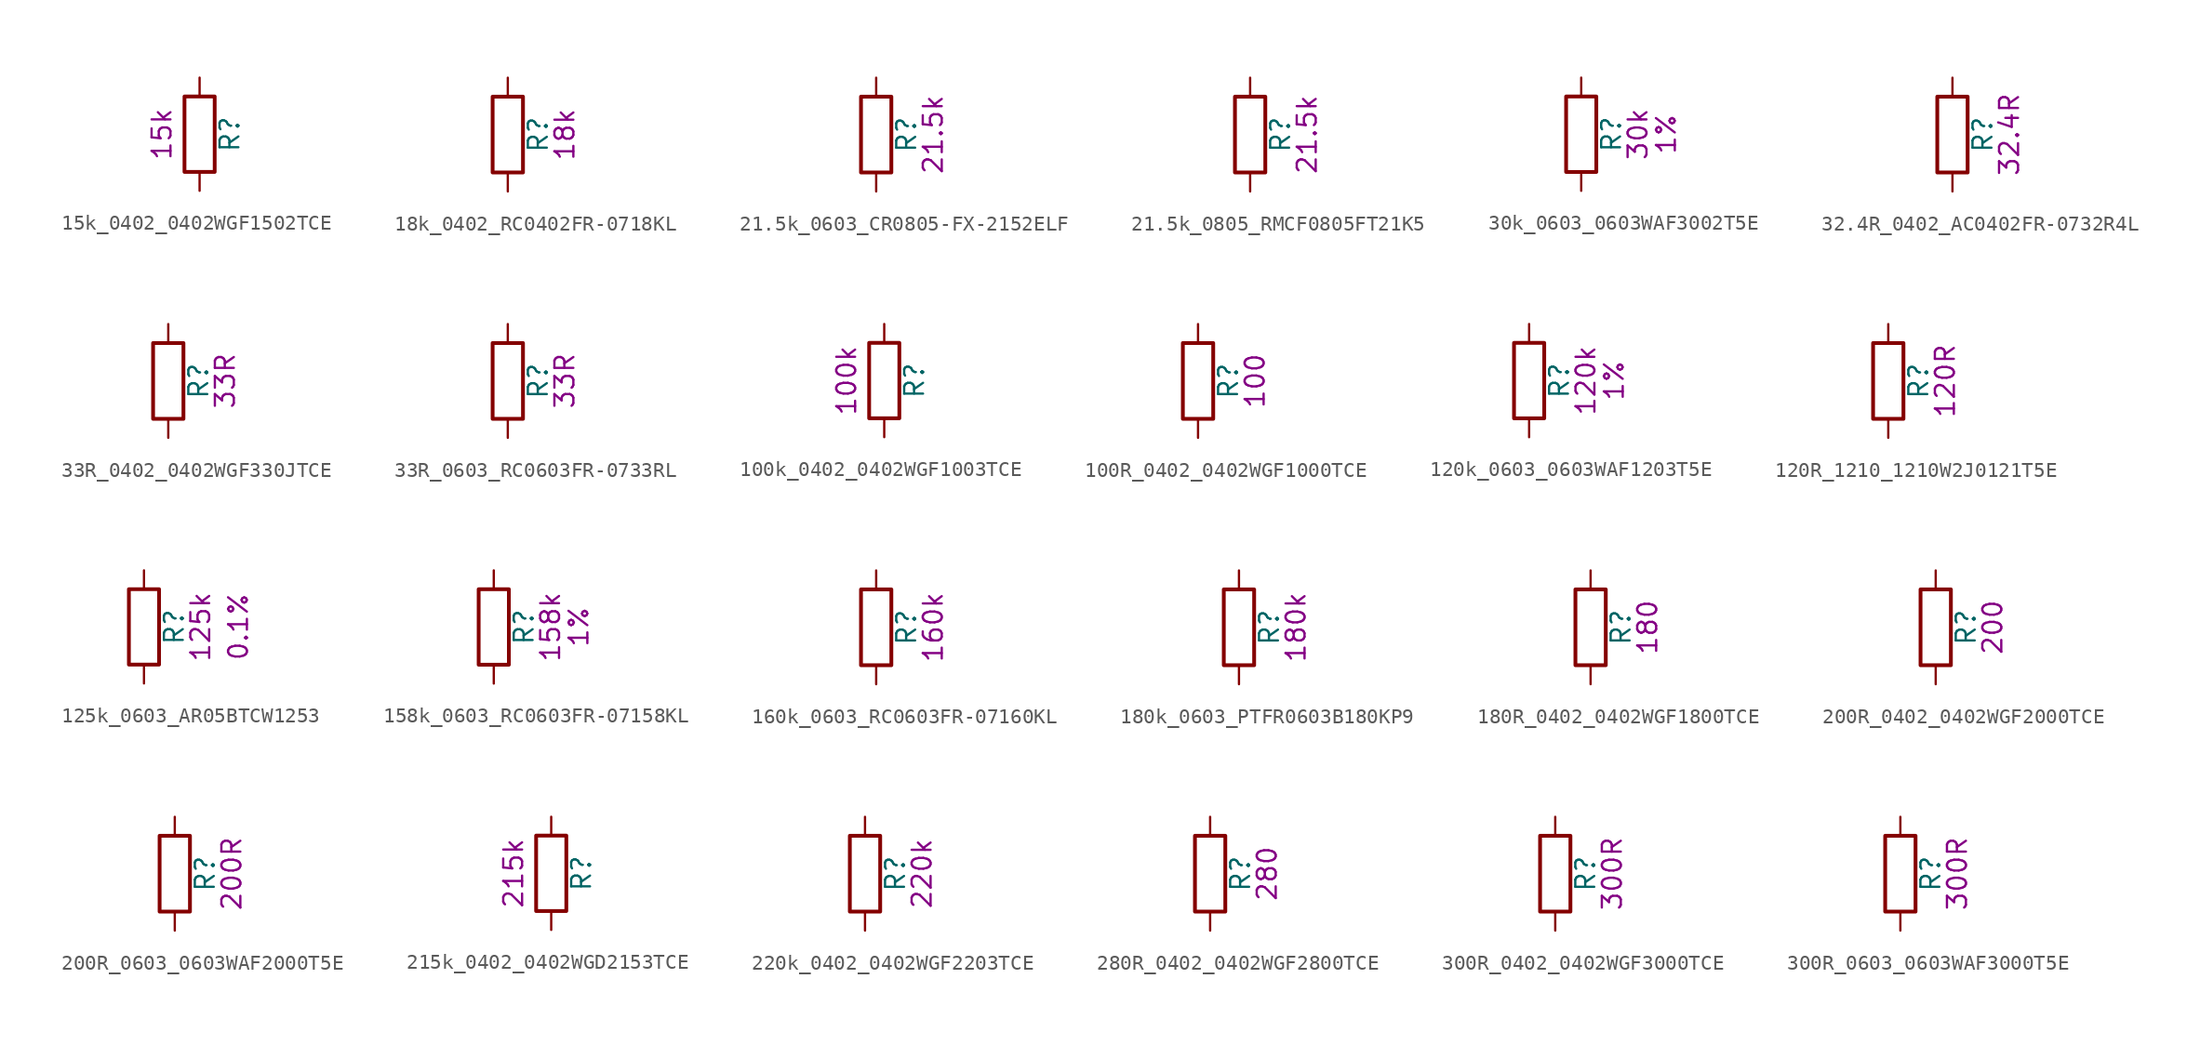
<source format=kicad_sym>
(kicad_symbol_lib
  (version 20231120)
  (generator "kicad_symbol_editor")
  (generator_version "8.0")
  (symbol "15k_0402_0402WGF1502TCE"
    (pin_numbers hide)
    (pin_names
      (offset 0))
    (property "Reference" "R"
      (at 2.032 0 90)
      (effects (font (size 1.27 1.27))))
    (property "UserValue" "15k"
      (at -2.54 0 90)
      (effects (font (size 1.27 1.27))))
    (symbol "15k_0402_0402WGF1502TCE_0_1"
      (rectangle (start -1.016 -2.54) (end 1.016 2.54) (stroke (width 0.254) (type default)) (fill (type none))))
    (symbol "15k_0402_0402WGF1502TCE_1_1"
      (pin passive line (at 0 3.81 270) (length 1.27) (name "~" (effects (font (size 1.27 1.27)))) (number "1" (effects (font (size 1.27 1.27)))))
      (pin passive line (at 0 -3.81 90) (length 1.27) (name "~" (effects (font (size 1.27 1.27)))) (number "2" (effects (font (size 1.27 1.27)))))))
  (symbol "18k_0402_RC0402FR-0718KL"
    (pin_numbers hide)
    (pin_names
      (offset 0))
    (property "Reference" "R"
      (at 2.032 0 90)
      (effects (font (size 1.27 1.27))))
    (property "UserValue" "18k"
      (at 3.81 0 90)
      (effects (font (size 1.27 1.27))))
    (symbol "18k_0402_RC0402FR-0718KL_0_1"
      (rectangle (start -1.016 -2.54) (end 1.016 2.54) (stroke (width 0.254) (type default)) (fill (type none))))
    (symbol "18k_0402_RC0402FR-0718KL_1_1"
      (pin passive line (at 0 3.81 270) (length 1.27) (name "~" (effects (font (size 1.27 1.27)))) (number "1" (effects (font (size 1.27 1.27)))))
      (pin passive line (at 0 -3.81 90) (length 1.27) (name "~" (effects (font (size 1.27 1.27)))) (number "2" (effects (font (size 1.27 1.27)))))))
  (symbol "21.5k_0603_CR0805-FX-2152ELF"
    (pin_numbers hide)
    (pin_names
      (offset 0))
    (property "Reference" "R"
      (at 2.032 0 90)
      (effects (font (size 1.27 1.27))))
    (property "UserValue" "21.5k"
      (at 3.81 0 90)
      (effects (font (size 1.27 1.27))))
    (symbol "21.5k_0603_CR0805-FX-2152ELF_0_1"
      (rectangle (start -1.016 -2.54) (end 1.016 2.54) (stroke (width 0.254) (type default)) (fill (type none))))
    (symbol "21.5k_0603_CR0805-FX-2152ELF_1_1"
      (pin passive line (at 0 3.81 270) (length 1.27) (name "~" (effects (font (size 1.27 1.27)))) (number "1" (effects (font (size 1.27 1.27)))))
      (pin passive line (at 0 -3.81 90) (length 1.27) (name "~" (effects (font (size 1.27 1.27)))) (number "2" (effects (font (size 1.27 1.27)))))))
  (symbol "21.5k_0805_RMCF0805FT21K5"
    (pin_numbers hide)
    (pin_names
      (offset 0))
    (property "Reference" "R"
      (at 2.032 0 90)
      (effects (font (size 1.27 1.27))))
    (property "UserValue" "21.5k"
      (at 3.81 0 90)
      (effects (font (size 1.27 1.27))))
    (symbol "21.5k_0805_RMCF0805FT21K5_0_1"
      (rectangle (start -1.016 -2.54) (end 1.016 2.54) (stroke (width 0.254) (type default)) (fill (type none))))
    (symbol "21.5k_0805_RMCF0805FT21K5_1_1"
      (pin passive line (at 0 3.81 270) (length 1.27) (name "~" (effects (font (size 1.27 1.27)))) (number "1" (effects (font (size 1.27 1.27)))))
      (pin passive line (at 0 -3.81 90) (length 1.27) (name "~" (effects (font (size 1.27 1.27)))) (number "2" (effects (font (size 1.27 1.27)))))))
  (symbol "30k_0603_0603WAF3002T5E"
    (pin_numbers hide)
    (pin_names
      (offset 0))
    (property "Reference" "R"
      (at 2.032 0 90)
      (effects (font (size 1.27 1.27))))
    (property "UserValue" "30k"
      (at 3.81 0 90)
      (effects (font (size 1.27 1.27))))
    (property "Tolerance" "1%"
      (at 5.715 0 90)
      (effects (font (size 1.27 1.27))))
    (symbol "30k_0603_0603WAF3002T5E_0_1"
      (rectangle (start -1.016 -2.54) (end 1.016 2.54) (stroke (width 0.254) (type default)) (fill (type none))))
    (symbol "30k_0603_0603WAF3002T5E_1_1"
      (pin passive line (at 0 3.81 270) (length 1.27) (name "~" (effects (font (size 1.27 1.27)))) (number "1" (effects (font (size 1.27 1.27)))))
      (pin passive line (at 0 -3.81 90) (length 1.27) (name "~" (effects (font (size 1.27 1.27)))) (number "2" (effects (font (size 1.27 1.27)))))))
  (symbol "32.4R_0402_AC0402FR-0732R4L"
    (pin_numbers hide)
    (pin_names
      (offset 0))
    (property "Reference" "R"
      (at 2.032 0 90)
      (effects (font (size 1.27 1.27))))
    (property "UserValue" "32.4R"
      (at 3.81 0 90)
      (effects (font (size 1.27 1.27))))
    (symbol "32.4R_0402_AC0402FR-0732R4L_0_1"
      (rectangle (start -1.016 -2.54) (end 1.016 2.54) (stroke (width 0.254) (type default)) (fill (type none))))
    (symbol "32.4R_0402_AC0402FR-0732R4L_1_1"
      (pin passive line (at 0 3.81 270) (length 1.27) (name "~" (effects (font (size 1.27 1.27)))) (number "1" (effects (font (size 1.27 1.27)))))
      (pin passive line (at 0 -3.81 90) (length 1.27) (name "~" (effects (font (size 1.27 1.27)))) (number "2" (effects (font (size 1.27 1.27)))))))
  (symbol "33R_0402_0402WGF330JTCE"
    (pin_numbers hide)
    (pin_names
      (offset 0))
    (property "Reference" "R"
      (at 2.032 0 90)
      (effects (font (size 1.27 1.27))))
    (property "UserValue" "33R"
      (at 3.81 0 90)
      (effects (font (size 1.27 1.27))))
    (symbol "33R_0402_0402WGF330JTCE_0_1"
      (rectangle (start -1.016 -2.54) (end 1.016 2.54) (stroke (width 0.254) (type default)) (fill (type none))))
    (symbol "33R_0402_0402WGF330JTCE_1_1"
      (pin passive line (at 0 3.81 270) (length 1.27) (name "~" (effects (font (size 1.27 1.27)))) (number "1" (effects (font (size 1.27 1.27)))))
      (pin passive line (at 0 -3.81 90) (length 1.27) (name "~" (effects (font (size 1.27 1.27)))) (number "2" (effects (font (size 1.27 1.27)))))))
  (symbol "33R_0603_RC0603FR-0733RL"
    (pin_numbers hide)
    (pin_names
      (offset 0))
    (property "Reference" "R"
      (at 2.032 0 90)
      (effects (font (size 1.27 1.27))))
    (property "UserValue" "33R"
      (at 3.81 0 90)
      (effects (font (size 1.27 1.27))))
    (symbol "33R_0603_RC0603FR-0733RL_0_1"
      (rectangle (start -1.016 -2.54) (end 1.016 2.54) (stroke (width 0.254) (type default)) (fill (type none))))
    (symbol "33R_0603_RC0603FR-0733RL_1_1"
      (pin passive line (at 0 3.81 270) (length 1.27) (name "~" (effects (font (size 1.27 1.27)))) (number "1" (effects (font (size 1.27 1.27)))))
      (pin passive line (at 0 -3.81 90) (length 1.27) (name "~" (effects (font (size 1.27 1.27)))) (number "2" (effects (font (size 1.27 1.27)))))))
  (symbol "100k_0402_0402WGF1003TCE"
    (pin_numbers hide)
    (pin_names
      (offset 0))
    (property "Reference" "R"
      (at 2.032 0 90)
      (effects (font (size 1.27 1.27))))
    (property "UserValue" "100k"
      (at -2.54 0 90)
      (effects (font (size 1.27 1.27))))
    (symbol "100k_0402_0402WGF1003TCE_0_1"
      (rectangle (start -1.016 -2.54) (end 1.016 2.54) (stroke (width 0.254) (type default)) (fill (type none))))
    (symbol "100k_0402_0402WGF1003TCE_1_1"
      (pin passive line (at 0 3.81 270) (length 1.27) (name "~" (effects (font (size 1.27 1.27)))) (number "1" (effects (font (size 1.27 1.27)))))
      (pin passive line (at 0 -3.81 90) (length 1.27) (name "~" (effects (font (size 1.27 1.27)))) (number "2" (effects (font (size 1.27 1.27)))))))
  (symbol "100R_0402_0402WGF1000TCE"
    (pin_numbers hide)
    (pin_names
      (offset 0))
    (property "Reference" "R"
      (at 2.032 0 90)
      (effects (font (size 1.27 1.27))))
    (property "UserValue" "100"
      (at 3.81 0 90)
      (effects (font (size 1.27 1.27))))
    (symbol "100R_0402_0402WGF1000TCE_0_1"
      (rectangle (start -1.016 -2.54) (end 1.016 2.54) (stroke (width 0.254) (type default)) (fill (type none))))
    (symbol "100R_0402_0402WGF1000TCE_1_1"
      (pin passive line (at 0 3.81 270) (length 1.27) (name "~" (effects (font (size 1.27 1.27)))) (number "1" (effects (font (size 1.27 1.27)))))
      (pin passive line (at 0 -3.81 90) (length 1.27) (name "~" (effects (font (size 1.27 1.27)))) (number "2" (effects (font (size 1.27 1.27)))))))
  (symbol "120k_0603_0603WAF1203T5E"
    (pin_numbers hide)
    (pin_names
      (offset 0))
    (property "Reference" "R"
      (at 2.032 0 90)
      (effects (font (size 1.27 1.27))))
    (property "UserValue" "120k"
      (at 3.81 0 90)
      (effects (font (size 1.27 1.27))))
    (property "Tolerance" "1%"
      (at 5.715 0 90)
      (effects (font (size 1.27 1.27))))
    (symbol "120k_0603_0603WAF1203T5E_0_1"
      (rectangle (start -1.016 -2.54) (end 1.016 2.54) (stroke (width 0.254) (type default)) (fill (type none))))
    (symbol "120k_0603_0603WAF1203T5E_1_1"
      (pin passive line (at 0 3.81 270) (length 1.27) (name "~" (effects (font (size 1.27 1.27)))) (number "1" (effects (font (size 1.27 1.27)))))
      (pin passive line (at 0 -3.81 90) (length 1.27) (name "~" (effects (font (size 1.27 1.27)))) (number "2" (effects (font (size 1.27 1.27)))))))
  (symbol "120R_1210_1210W2J0121T5E"
    (pin_numbers hide)
    (pin_names
      (offset 0))
    (property "Reference" "R"
      (at 2.032 0 90)
      (effects (font (size 1.27 1.27))))
    (property "UserValue" "120R"
      (at 3.81 0 90)
      (effects (font (size 1.27 1.27))))
    (symbol "120R_1210_1210W2J0121T5E_0_1"
      (rectangle (start -1.016 -2.54) (end 1.016 2.54) (stroke (width 0.254) (type default)) (fill (type none))))
    (symbol "120R_1210_1210W2J0121T5E_1_1"
      (pin passive line (at 0 3.81 270) (length 1.27) (name "~" (effects (font (size 1.27 1.27)))) (number "1" (effects (font (size 1.27 1.27)))))
      (pin passive line (at 0 -3.81 90) (length 1.27) (name "~" (effects (font (size 1.27 1.27)))) (number "2" (effects (font (size 1.27 1.27)))))))
  (symbol "125k_0603_AR05BTCW1253"
    (pin_numbers hide)
    (pin_names
      (offset 0))
    (property "Reference" "R"
      (at 2.032 0 90)
      (effects (font (size 1.27 1.27))))
    (property "UserValue" "125k"
      (at 3.81 0 90)
      (effects (font (size 1.27 1.27))))
    (property "Tolerance" "0.1%"
      (at 6.35 0 90)
      (effects (font (size 1.27 1.27))))
    (symbol "125k_0603_AR05BTCW1253_0_1"
      (rectangle (start -1.016 -2.54) (end 1.016 2.54) (stroke (width 0.254) (type default)) (fill (type none))))
    (symbol "125k_0603_AR05BTCW1253_1_1"
      (pin passive line (at 0 3.81 270) (length 1.27) (name "~" (effects (font (size 1.27 1.27)))) (number "1" (effects (font (size 1.27 1.27)))))
      (pin passive line (at 0 -3.81 90) (length 1.27) (name "~" (effects (font (size 1.27 1.27)))) (number "2" (effects (font (size 1.27 1.27)))))))
  (symbol "158k_0603_RC0603FR-07158KL"
    (pin_numbers hide)
    (pin_names
      (offset 0))
    (property "Reference" "R"
      (at 2.032 0 90)
      (effects (font (size 1.27 1.27))))
    (property "UserValue" "158k"
      (at 3.81 0 90)
      (effects (font (size 1.27 1.27))))
    (property "Tolerance" "1%"
      (at 5.715 0 90)
      (effects (font (size 1.27 1.27))))
    (symbol "158k_0603_RC0603FR-07158KL_0_1"
      (rectangle (start -1.016 -2.54) (end 1.016 2.54) (stroke (width 0.254) (type default)) (fill (type none))))
    (symbol "158k_0603_RC0603FR-07158KL_1_1"
      (pin passive line (at 0 3.81 270) (length 1.27) (name "~" (effects (font (size 1.27 1.27)))) (number "1" (effects (font (size 1.27 1.27)))))
      (pin passive line (at 0 -3.81 90) (length 1.27) (name "~" (effects (font (size 1.27 1.27)))) (number "2" (effects (font (size 1.27 1.27)))))))
  (symbol "160k_0603_RC0603FR-07160KL"
    (pin_numbers hide)
    (pin_names
      (offset 0))
    (property "Reference" "R"
      (at 2.032 0 90)
      (effects (font (size 1.27 1.27))))
    (property "UserValue" "160k"
      (at 3.81 0 90)
      (effects (font (size 1.27 1.27))))
    (symbol "160k_0603_RC0603FR-07160KL_0_1"
      (rectangle (start -1.016 -2.54) (end 1.016 2.54) (stroke (width 0.254) (type default)) (fill (type none))))
    (symbol "160k_0603_RC0603FR-07160KL_1_1"
      (pin passive line (at 0 3.81 270) (length 1.27) (name "~" (effects (font (size 1.27 1.27)))) (number "1" (effects (font (size 1.27 1.27)))))
      (pin passive line (at 0 -3.81 90) (length 1.27) (name "~" (effects (font (size 1.27 1.27)))) (number "2" (effects (font (size 1.27 1.27)))))))
  (symbol "180k_0603_PTFR0603B180KP9"
    (pin_numbers hide)
    (pin_names
      (offset 0))
    (property "Reference" "R"
      (at 2.032 0 90)
      (effects (font (size 1.27 1.27))))
    (property "UserValue" "180k"
      (at 3.81 0 90)
      (effects (font (size 1.27 1.27))))
    (symbol "180k_0603_PTFR0603B180KP9_0_1"
      (rectangle (start -1.016 -2.54) (end 1.016 2.54) (stroke (width 0.254) (type default)) (fill (type none))))
    (symbol "180k_0603_PTFR0603B180KP9_1_1"
      (pin passive line (at 0 3.81 270) (length 1.27) (name "~" (effects (font (size 1.27 1.27)))) (number "1" (effects (font (size 1.27 1.27)))))
      (pin passive line (at 0 -3.81 90) (length 1.27) (name "~" (effects (font (size 1.27 1.27)))) (number "2" (effects (font (size 1.27 1.27)))))))
  (symbol "180R_0402_0402WGF1800TCE"
    (pin_numbers hide)
    (pin_names
      (offset 0))
    (property "Reference" "R"
      (at 2.032 0 90)
      (effects (font (size 1.27 1.27))))
    (property "UserValue" "180"
      (at 3.81 0 90)
      (effects (font (size 1.27 1.27))))
    (symbol "180R_0402_0402WGF1800TCE_0_1"
      (rectangle (start -1.016 -2.54) (end 1.016 2.54) (stroke (width 0.254) (type default)) (fill (type none))))
    (symbol "180R_0402_0402WGF1800TCE_1_1"
      (pin passive line (at 0 3.81 270) (length 1.27) (name "~" (effects (font (size 1.27 1.27)))) (number "1" (effects (font (size 1.27 1.27)))))
      (pin passive line (at 0 -3.81 90) (length 1.27) (name "~" (effects (font (size 1.27 1.27)))) (number "2" (effects (font (size 1.27 1.27)))))))
  (symbol "200R_0402_0402WGF2000TCE"
    (pin_numbers hide)
    (pin_names
      (offset 0))
    (property "Reference" "R"
      (at 2.032 0 90)
      (effects (font (size 1.27 1.27))))
    (property "UserValue" "200"
      (at 3.81 0 90)
      (effects (font (size 1.27 1.27))))
    (symbol "200R_0402_0402WGF2000TCE_0_1"
      (rectangle (start -1.016 -2.54) (end 1.016 2.54) (stroke (width 0.254) (type default)) (fill (type none))))
    (symbol "200R_0402_0402WGF2000TCE_1_1"
      (pin passive line (at 0 3.81 270) (length 1.27) (name "~" (effects (font (size 1.27 1.27)))) (number "1" (effects (font (size 1.27 1.27)))))
      (pin passive line (at 0 -3.81 90) (length 1.27) (name "~" (effects (font (size 1.27 1.27)))) (number "2" (effects (font (size 1.27 1.27)))))))
  (symbol "200R_0603_0603WAF2000T5E"
    (pin_numbers hide)
    (pin_names
      (offset 0))
    (property "Reference" "R"
      (at 2.032 0 90)
      (effects (font (size 1.27 1.27))))
    (property "UserValue" "200R"
      (at 3.81 0 90)
      (effects (font (size 1.27 1.27))))
    (symbol "200R_0603_0603WAF2000T5E_0_1"
      (rectangle (start -1.016 -2.54) (end 1.016 2.54) (stroke (width 0.254) (type default)) (fill (type none))))
    (symbol "200R_0603_0603WAF2000T5E_1_1"
      (pin passive line (at 0 3.81 270) (length 1.27) (name "~" (effects (font (size 1.27 1.27)))) (number "1" (effects (font (size 1.27 1.27)))))
      (pin passive line (at 0 -3.81 90) (length 1.27) (name "~" (effects (font (size 1.27 1.27)))) (number "2" (effects (font (size 1.27 1.27)))))))
  (symbol "215k_0402_0402WGD2153TCE"
    (pin_numbers hide)
    (pin_names
      (offset 0))
    (property "Reference" "R"
      (at 2.032 0 90)
      (effects (font (size 1.27 1.27))))
    (property "UserValue" "215k"
      (at -2.54 0 90)
      (effects (font (size 1.27 1.27))))
    (symbol "215k_0402_0402WGD2153TCE_0_1"
      (rectangle (start -1.016 -2.54) (end 1.016 2.54) (stroke (width 0.254) (type default)) (fill (type none))))
    (symbol "215k_0402_0402WGD2153TCE_1_1"
      (pin passive line (at 0 3.81 270) (length 1.27) (name "~" (effects (font (size 1.27 1.27)))) (number "1" (effects (font (size 1.27 1.27)))))
      (pin passive line (at 0 -3.81 90) (length 1.27) (name "~" (effects (font (size 1.27 1.27)))) (number "2" (effects (font (size 1.27 1.27)))))))
  (symbol "220k_0402_0402WGF2203TCE"
    (pin_numbers hide)
    (pin_names
      (offset 0))
    (property "Reference" "R"
      (at 2.032 0 90)
      (effects (font (size 1.27 1.27))))
    (property "UserValue" "220k"
      (at 3.81 0 90)
      (effects (font (size 1.27 1.27))))
    (symbol "220k_0402_0402WGF2203TCE_0_1"
      (rectangle (start -1.016 -2.54) (end 1.016 2.54) (stroke (width 0.254) (type default)) (fill (type none))))
    (symbol "220k_0402_0402WGF2203TCE_1_1"
      (pin passive line (at 0 3.81 270) (length 1.27) (name "~" (effects (font (size 1.27 1.27)))) (number "1" (effects (font (size 1.27 1.27)))))
      (pin passive line (at 0 -3.81 90) (length 1.27) (name "~" (effects (font (size 1.27 1.27)))) (number "2" (effects (font (size 1.27 1.27)))))))
  (symbol "280R_0402_0402WGF2800TCE"
    (pin_numbers hide)
    (pin_names
      (offset 0))
    (property "Reference" "R"
      (at 2.032 0 90)
      (effects (font (size 1.27 1.27))))
    (property "UserValue" "280"
      (at 3.81 0 90)
      (effects (font (size 1.27 1.27))))
    (symbol "280R_0402_0402WGF2800TCE_0_1"
      (rectangle (start -1.016 -2.54) (end 1.016 2.54) (stroke (width 0.254) (type default)) (fill (type none))))
    (symbol "280R_0402_0402WGF2800TCE_1_1"
      (pin passive line (at 0 3.81 270) (length 1.27) (name "~" (effects (font (size 1.27 1.27)))) (number "1" (effects (font (size 1.27 1.27)))))
      (pin passive line (at 0 -3.81 90) (length 1.27) (name "~" (effects (font (size 1.27 1.27)))) (number "2" (effects (font (size 1.27 1.27)))))))
  (symbol "300R_0402_0402WGF3000TCE"
    (pin_numbers hide)
    (pin_names
      (offset 0))
    (property "Reference" "R"
      (at 2.032 0 90)
      (effects (font (size 1.27 1.27))))
    (property "UserValue" "300R"
      (at 3.81 0 90)
      (effects (font (size 1.27 1.27))))
    (symbol "300R_0402_0402WGF3000TCE_0_1"
      (rectangle (start -1.016 -2.54) (end 1.016 2.54) (stroke (width 0.254) (type default)) (fill (type none))))
    (symbol "300R_0402_0402WGF3000TCE_1_1"
      (pin passive line (at 0 3.81 270) (length 1.27) (name "~" (effects (font (size 1.27 1.27)))) (number "1" (effects (font (size 1.27 1.27)))))
      (pin passive line (at 0 -3.81 90) (length 1.27) (name "~" (effects (font (size 1.27 1.27)))) (number "2" (effects (font (size 1.27 1.27)))))))
  (symbol "300R_0603_0603WAF3000T5E"
    (pin_numbers hide)
    (pin_names
      (offset 0))
    (property "Reference" "R"
      (at 2.032 0 90)
      (effects (font (size 1.27 1.27))))
    (property "UserValue" "300R"
      (at 3.81 0 90)
      (effects (font (size 1.27 1.27))))
    (symbol "300R_0603_0603WAF3000T5E_0_1"
      (rectangle (start -1.016 -2.54) (end 1.016 2.54) (stroke (width 0.254) (type default)) (fill (type none))))
    (symbol "300R_0603_0603WAF3000T5E_1_1"
      (pin passive line (at 0 3.81 270) (length 1.27) (name "~" (effects (font (size 1.27 1.27)))) (number "1" (effects (font (size 1.27 1.27)))))
      (pin passive line (at 0 -3.81 90) (length 1.27) (name "~" (effects (font (size 1.27 1.27)))) (number "2" (effects (font (size 1.27 1.27))))))))
</source>
